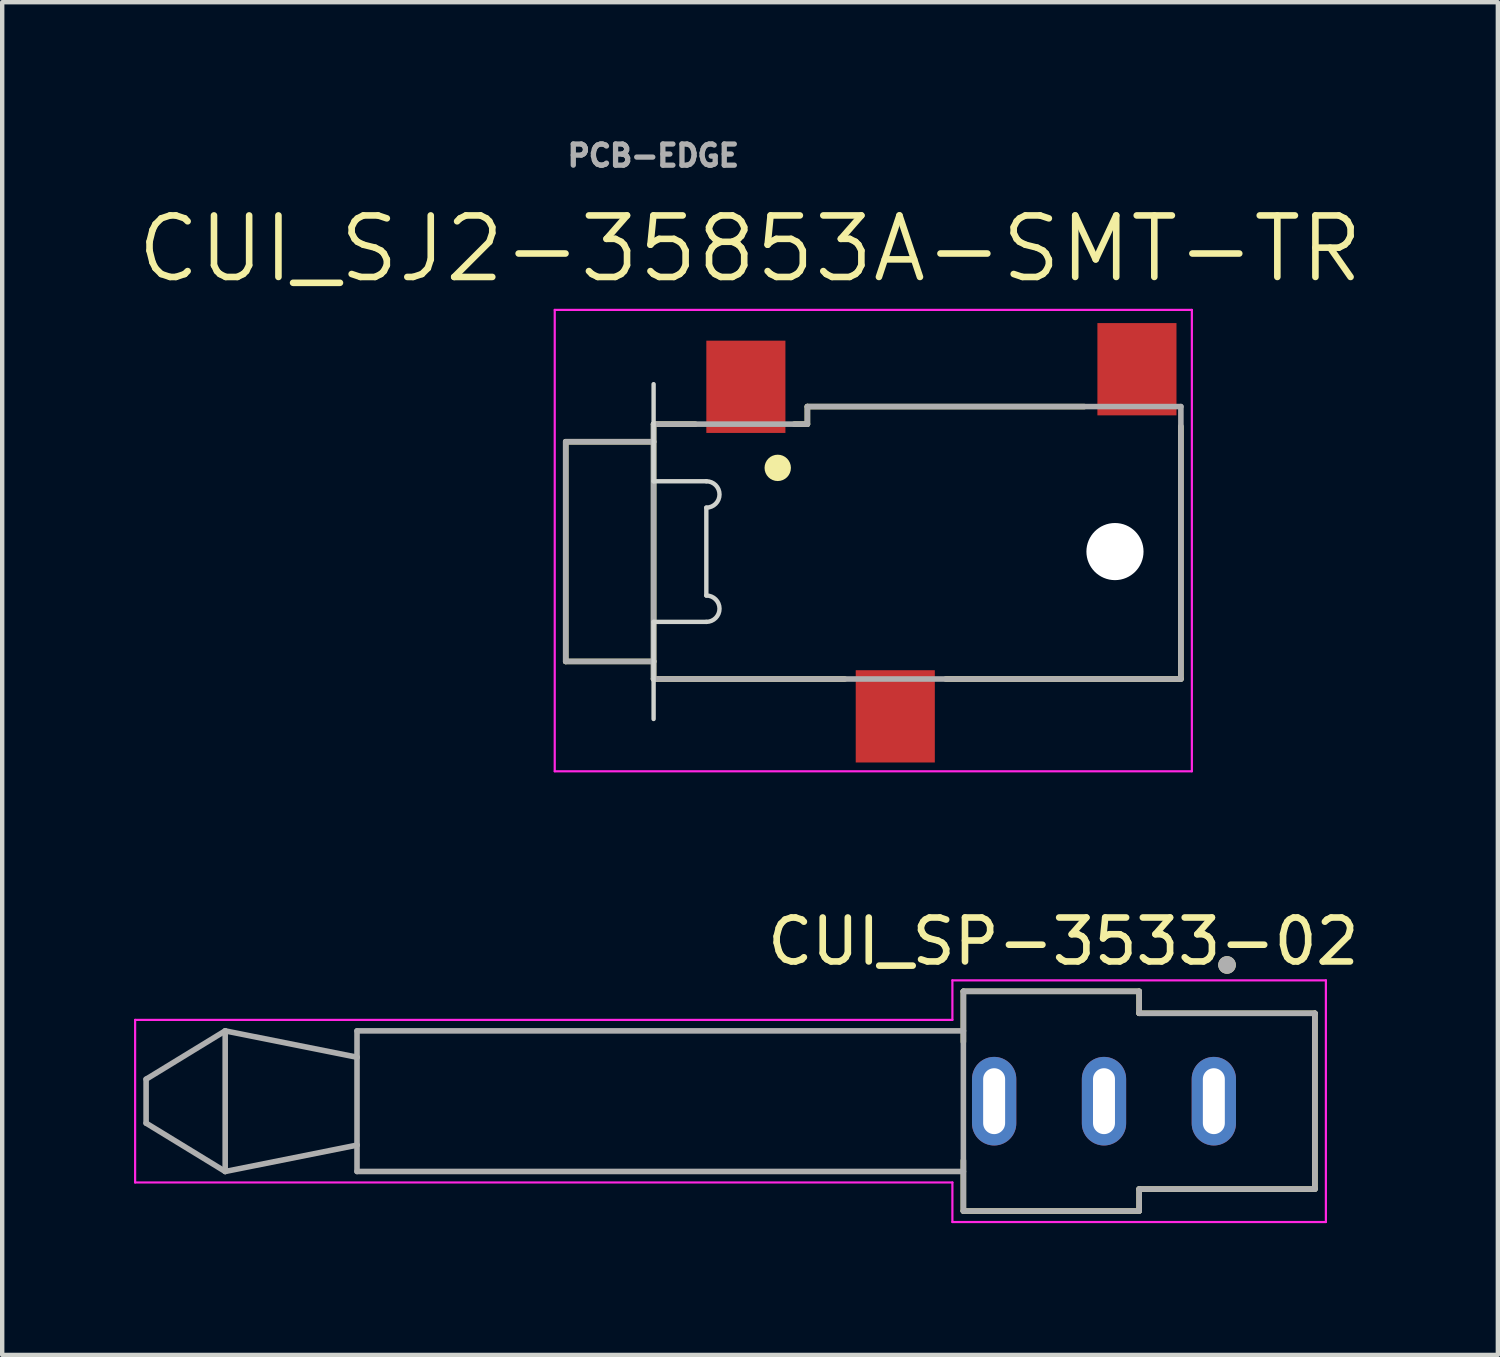
<source format=kicad_pcb>
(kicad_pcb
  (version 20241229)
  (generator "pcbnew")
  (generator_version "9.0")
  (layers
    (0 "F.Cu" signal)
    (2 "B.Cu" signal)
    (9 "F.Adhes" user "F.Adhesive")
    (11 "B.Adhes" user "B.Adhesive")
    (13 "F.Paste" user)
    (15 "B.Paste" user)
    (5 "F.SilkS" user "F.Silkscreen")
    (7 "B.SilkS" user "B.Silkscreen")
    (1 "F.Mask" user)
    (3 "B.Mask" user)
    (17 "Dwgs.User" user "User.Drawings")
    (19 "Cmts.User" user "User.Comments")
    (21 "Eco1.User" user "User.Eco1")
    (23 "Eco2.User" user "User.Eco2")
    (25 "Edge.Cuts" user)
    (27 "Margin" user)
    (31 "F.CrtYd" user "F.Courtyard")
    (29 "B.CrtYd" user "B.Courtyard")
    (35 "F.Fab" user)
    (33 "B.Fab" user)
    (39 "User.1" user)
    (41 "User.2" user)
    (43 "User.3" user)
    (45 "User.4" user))
  (footprint "CUI_SJ2-35853A-SMT-TR"
    (layer "F.Cu")
    (at 17.825 9.503)
    (property "Reference" "CUI_SJ2-35853A-SMT-TR" (at -3.805 -6.89 0) (layer "F.SilkS") (effects (font (size 1.4 1.4) (thickness 0.15))))
    (attr through_hole)
    (fp_line (start -8 -2.5) (end -8 2.5) (stroke (width 0.127) (type solid)) (layer "F.SilkS"))
    (fp_line (start -8 2.5) (end -6 2.5) (stroke (width 0.127) (type solid)) (layer "F.SilkS"))
    (fp_line (start -6 -2.9) (end -5.05 -2.9) (stroke (width 0.127) (type solid)) (layer "F.SilkS"))
    (fp_line (start -6 -2.5) (end -8 -2.5) (stroke (width 0.127) (type solid)) (layer "F.SilkS"))
    (fp_line (start -6 2.5) (end -6 -2.9) (stroke (width 0.127) (type solid)) (layer "F.SilkS"))
    (fp_line (start -6 2.5) (end -6 2.9) (stroke (width 0.127) (type solid)) (layer "F.SilkS"))
    (fp_line (start -6 2.9) (end -1.65 2.9) (stroke (width 0.127) (type solid)) (layer "F.SilkS"))
    (fp_line (start -2.8 -2.9) (end -2.5 -2.9) (stroke (width 0.127) (type solid)) (layer "F.SilkS"))
    (fp_line (start -2.5 -3.3) (end 3.8 -3.3) (stroke (width 0.127) (type solid)) (layer "F.SilkS"))
    (fp_line (start -2.5 -2.9) (end -2.5 -3.3) (stroke (width 0.127) (type solid)) (layer "F.SilkS"))
    (fp_line (start 0.65 2.9) (end 6 2.9) (stroke (width 0.127) (type solid)) (layer "F.SilkS"))
    (fp_line (start 6 2.9) (end 6 -2.85) (stroke (width 0.127) (type solid)) (layer "F.SilkS"))
    (fp_circle (center -3.175 -1.905) (end -3.025 -1.905) (stroke (width 0.3) (type solid)) (fill no) (layer "F.SilkS"))
    (fp_line (start -6 -3.81) (end -6 -1.6) (stroke (width 0.1) (type solid)) (layer "Edge.Cuts"))
    (fp_line (start -6 -1.6) (end -4.8 -1.6) (stroke (width 0.1) (type solid)) (layer "Edge.Cuts"))
    (fp_line (start -6 1.6) (end -6 3.81) (stroke (width 0.1) (type solid)) (layer "Edge.Cuts"))
    (fp_line (start -4.8 -1) (end -4.8 1) (stroke (width 0.1) (type solid)) (layer "Edge.Cuts"))
    (fp_line (start -4.8 1.6) (end -6 1.6) (stroke (width 0.1) (type solid)) (layer "Edge.Cuts"))
    (fp_arc (start -4.8 -1.6) (mid -4.5 -1.3) (end -4.8 -1) (stroke (width 0.1) (type solid)) (layer "Edge.Cuts"))
    (fp_arc (start -4.8 1) (mid -4.5 1.3) (end -4.8 1.6) (stroke (width 0.1) (type solid)) (layer "Edge.Cuts"))
    (fp_line (start -8.25 -5.5) (end -8.25 5) (stroke (width 0.05) (type solid)) (layer "F.CrtYd"))
    (fp_line (start -8.25 5) (end 6.25 5) (stroke (width 0.05) (type solid)) (layer "F.CrtYd"))
    (fp_line (start 6.25 -5.5) (end -8.25 -5.5) (stroke (width 0.05) (type solid)) (layer "F.CrtYd"))
    (fp_line (start 6.25 5) (end 6.25 -5.5) (stroke (width 0.05) (type solid)) (layer "F.CrtYd"))
    (fp_line (start -8 -2.5) (end -8 2.5) (stroke (width 0.127) (type solid)) (layer "F.Fab"))
    (fp_line (start -8 2.5) (end -6 2.5) (stroke (width 0.127) (type solid)) (layer "F.Fab"))
    (fp_line (start -6 -2.9) (end -2.5 -2.9) (stroke (width 0.127) (type solid)) (layer "F.Fab"))
    (fp_line (start -6 -2.5) (end -8 -2.5) (stroke (width 0.127) (type solid)) (layer "F.Fab"))
    (fp_line (start -6 -2.5) (end -6 -2.9) (stroke (width 0.127) (type solid)) (layer "F.Fab"))
    (fp_line (start -6 2.5) (end -6 -2.5) (stroke (width 0.127) (type solid)) (layer "F.Fab"))
    (fp_line (start -6 2.9) (end -6 2.5) (stroke (width 0.127) (type solid)) (layer "F.Fab"))
    (fp_line (start -2.5 -3.3) (end 6 -3.3) (stroke (width 0.127) (type solid)) (layer "F.Fab"))
    (fp_line (start -2.5 -2.9) (end -2.5 -3.3) (stroke (width 0.127) (type solid)) (layer "F.Fab"))
    (fp_line (start 6 -3.3) (end 6 2.9) (stroke (width 0.127) (type solid)) (layer "F.Fab"))
    (fp_line (start 6 2.9) (end -6 2.9) (stroke (width 0.127) (type solid)) (layer "F.Fab"))
    (fp_text user "PCB-EDGE" (at -6.007 -9.011 0) (layer "F.Fab") (effects (font (size 0.481 0.481) (thickness 0.12))))
    (pad "" np_thru_hole circle (at 4.5 0) (size 1.3 1.3) (drill 1.3) (layers "*.Cu" "*.Mask"))
    (pad "1" smd rect (at -3.9 -3.75) (size 1.8 2.1) (layers "F.Cu" "F.Mask" "F.Paste"))
    (pad "2" smd rect (at 5 -4.15) (size 1.8 2.1) (layers "F.Cu" "F.Mask" "F.Paste"))
    (pad "3" smd rect (at -0.5 3.75) (size 1.8 2.1) (layers "F.Cu" "F.Mask" "F.Paste")))
  (footprint "CUI_SP-3533-02"
    (layer "F.Cu")
    (at 22.075 22.011)
    (property "Reference" "CUI_SP-3533-02" (at -0.925 -3.635 0) (layer "F.SilkS") (effects (font (size 1 1) (thickness 0.15))))
    (attr through_hole)
    (fp_line (start -3.2 -2.5) (end 0.8 -2.5) (stroke (width 0.127) (type solid)) (layer "F.SilkS"))
    (fp_line (start -3.2 -1.35) (end -3.2 -2.5) (stroke (width 0.127) (type solid)) (layer "F.SilkS"))
    (fp_line (start -3.2 2.5) (end -3.2 1.35) (stroke (width 0.127) (type solid)) (layer "F.SilkS"))
    (fp_line (start 0.8 -2.5) (end 0.8 -2) (stroke (width 0.127) (type solid)) (layer "F.SilkS"))
    (fp_line (start 0.8 -2) (end 4.8 -2) (stroke (width 0.127) (type solid)) (layer "F.SilkS"))
    (fp_line (start 0.8 2) (end 0.8 2.5) (stroke (width 0.127) (type solid)) (layer "F.SilkS"))
    (fp_line (start 0.8 2.5) (end -3.2 2.5) (stroke (width 0.127) (type solid)) (layer "F.SilkS"))
    (fp_line (start 4.8 -2) (end 4.8 2) (stroke (width 0.127) (type solid)) (layer "F.SilkS"))
    (fp_line (start 4.8 2) (end 0.8 2) (stroke (width 0.127) (type solid)) (layer "F.SilkS"))
    (fp_circle (center 2.8 -3.1) (end 2.9 -3.1) (stroke (width 0.2) (type solid)) (fill no) (layer "F.SilkS"))
    (fp_line (start -22.05 -1.85) (end -3.45 -1.85) (stroke (width 0.05) (type solid)) (layer "F.CrtYd"))
    (fp_line (start -22.05 1.85) (end -22.05 -1.85) (stroke (width 0.05) (type solid)) (layer "F.CrtYd"))
    (fp_line (start -3.45 -2.75) (end 5.05 -2.75) (stroke (width 0.05) (type solid)) (layer "F.CrtYd"))
    (fp_line (start -3.45 -1.85) (end -3.45 -2.75) (stroke (width 0.05) (type solid)) (layer "F.CrtYd"))
    (fp_line (start -3.45 1.85) (end -22.05 1.85) (stroke (width 0.05) (type solid)) (layer "F.CrtYd"))
    (fp_line (start -3.45 2.75) (end -3.45 1.85) (stroke (width 0.05) (type solid)) (layer "F.CrtYd"))
    (fp_line (start 5.05 -2.75) (end 5.05 2.75) (stroke (width 0.05) (type solid)) (layer "F.CrtYd"))
    (fp_line (start 5.05 2.75) (end -3.45 2.75) (stroke (width 0.05) (type solid)) (layer "F.CrtYd"))
    (fp_line (start -21.8 -0.5) (end -21.8 0.5) (stroke (width 0.127) (type solid)) (layer "F.Fab"))
    (fp_line (start -21.8 0.5) (end -20 1.6) (stroke (width 0.127) (type solid)) (layer "F.Fab"))
    (fp_line (start -20 -1.6) (end -21.8 -0.5) (stroke (width 0.127) (type solid)) (layer "F.Fab"))
    (fp_line (start -20 -1.6) (end -20 1.6) (stroke (width 0.127) (type solid)) (layer "F.Fab"))
    (fp_line (start -20 1.6) (end -17 1) (stroke (width 0.127) (type solid)) (layer "F.Fab"))
    (fp_line (start -17 -1.6) (end -17 -1) (stroke (width 0.127) (type solid)) (layer "F.Fab"))
    (fp_line (start -17 -1) (end -20 -1.6) (stroke (width 0.127) (type solid)) (layer "F.Fab"))
    (fp_line (start -17 -1) (end -17 1) (stroke (width 0.127) (type solid)) (layer "F.Fab"))
    (fp_line (start -17 1) (end -17 1.6) (stroke (width 0.127) (type solid)) (layer "F.Fab"))
    (fp_line (start -17 1.6) (end -3.2 1.6) (stroke (width 0.127) (type solid)) (layer "F.Fab"))
    (fp_line (start -3.2 -2.5) (end 0.8 -2.5) (stroke (width 0.127) (type solid)) (layer "F.Fab"))
    (fp_line (start -3.2 -1.6) (end -17 -1.6) (stroke (width 0.127) (type solid)) (layer "F.Fab"))
    (fp_line (start -3.2 -1.6) (end -3.2 -2.5) (stroke (width 0.127) (type solid)) (layer "F.Fab"))
    (fp_line (start -3.2 1.6) (end -3.2 -1.6) (stroke (width 0.127) (type solid)) (layer "F.Fab"))
    (fp_line (start -3.2 2.5) (end -3.2 1.6) (stroke (width 0.127) (type solid)) (layer "F.Fab"))
    (fp_line (start -3.2 2.5) (end 0.8 2.5) (stroke (width 0.127) (type solid)) (layer "F.Fab"))
    (fp_line (start 0.8 -2.5) (end 0.8 -2) (stroke (width 0.127) (type solid)) (layer "F.Fab"))
    (fp_line (start 0.8 -2) (end 4.8 -2) (stroke (width 0.127) (type solid)) (layer "F.Fab"))
    (fp_line (start 0.8 2) (end 0.8 2.5) (stroke (width 0.127) (type solid)) (layer "F.Fab"))
    (fp_line (start 0.8 2) (end 4.8 2) (stroke (width 0.127) (type solid)) (layer "F.Fab"))
    (fp_line (start 4.8 -2) (end 4.8 2) (stroke (width 0.127) (type solid)) (layer "F.Fab"))
    (fp_circle (center 2.8 -3.1) (end 2.9 -3.1) (stroke (width 0.2) (type solid)) (fill no) (layer "F.Fab"))
    (pad "1" thru_hole oval (at 2.5 0) (size 1.008 2.016) (drill oval 0.5 1.5) (layers "*.Cu" "*.Mask"))
    (pad "2" thru_hole oval (at 0 0) (size 1.008 2.016) (drill oval 0.5 1.5) (layers "*.Cu" "*.Mask"))
    (pad "3" thru_hole oval (at -2.5 0) (size 1.008 2.016) (drill oval 0.5 1.5) (layers "*.Cu" "*.Mask")))
  (gr_rect
    (start -3 -3)
    (end 31.039 27.786)
    (stroke (width 0.1) (type default))
    (fill no)
    (layer "Edge.Cuts")))
</source>
